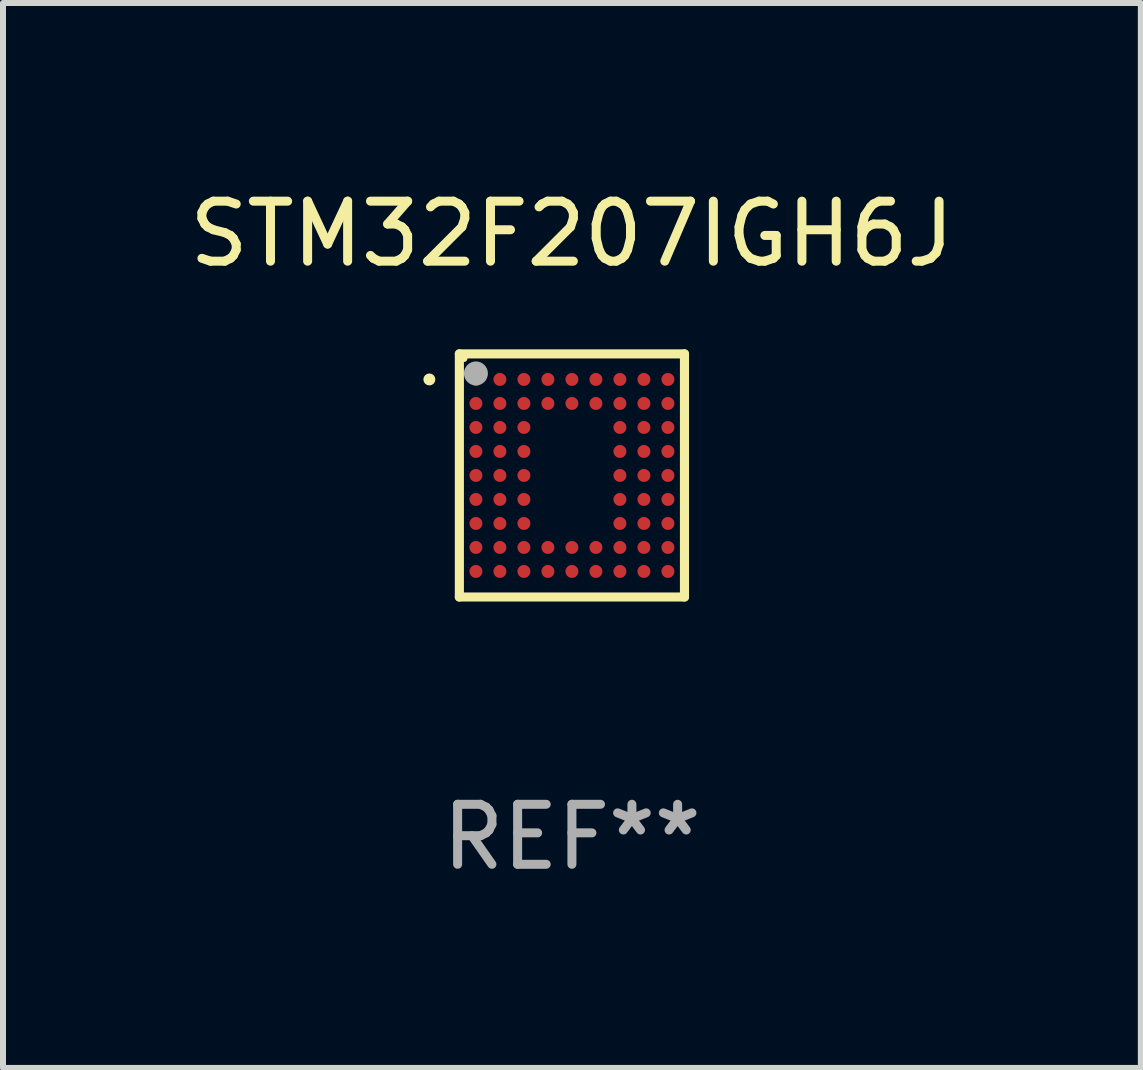
<source format=kicad_pcb>
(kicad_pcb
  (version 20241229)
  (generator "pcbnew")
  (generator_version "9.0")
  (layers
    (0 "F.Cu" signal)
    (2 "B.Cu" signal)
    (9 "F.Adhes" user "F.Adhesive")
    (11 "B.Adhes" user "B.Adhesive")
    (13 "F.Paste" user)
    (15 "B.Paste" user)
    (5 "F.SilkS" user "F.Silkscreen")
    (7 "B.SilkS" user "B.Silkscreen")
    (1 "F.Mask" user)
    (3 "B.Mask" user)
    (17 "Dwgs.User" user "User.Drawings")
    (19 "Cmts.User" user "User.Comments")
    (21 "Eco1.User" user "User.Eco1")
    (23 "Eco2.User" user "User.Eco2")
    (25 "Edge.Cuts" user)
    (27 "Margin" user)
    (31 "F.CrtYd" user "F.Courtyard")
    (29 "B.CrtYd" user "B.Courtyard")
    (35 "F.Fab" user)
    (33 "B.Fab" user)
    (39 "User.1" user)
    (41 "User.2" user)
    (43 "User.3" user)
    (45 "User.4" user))
  (footprint "STM32F207IGH6J"
    (layer "F.Cu")
    (at 6.482 4.874)
    (property "Reference" "STM32F207IGH6J" (at 0 -4.026 0) (layer "F.SilkS") (effects (font (size 1 1) (thickness 0.15))))
    (attr through_hole)
    (fp_line (start -1.876 -2.026) (end 1.876 -2.026) (stroke (width 0.152) (type solid)) (layer "F.SilkS"))
    (fp_line (start -1.876 2.026) (end -1.876 -2.026) (stroke (width 0.152) (type solid)) (layer "F.SilkS"))
    (fp_line (start 1.876 -2.026) (end 1.876 2.026) (stroke (width 0.152) (type solid)) (layer "F.SilkS"))
    (fp_line (start 1.876 2.026) (end -1.876 2.026) (stroke (width 0.152) (type solid)) (layer "F.SilkS"))
    (fp_circle (center -2.376 -1.6) (end -2.326 -1.6) (stroke (width 0.1) (type solid)) (fill no) (layer "F.SilkS"))
    (fp_circle (center -1.8 -1.95) (end -1.77 -1.95) (stroke (width 0.06) (type solid)) (fill no) (layer "F.SilkS"))
    (fp_circle (center -1.6 -1.7) (end -1.5 -1.7) (stroke (width 0.2) (type solid)) (fill no) (layer "F.Fab"))
    (fp_text user "REF**" (at 0 6.026 0) (layer "F.Fab") (effects (font (size 1 1) (thickness 0.15))))
    (pad "A1" smd circle (at -1.6 -1.6) (size 0.216 0.216) (layers "F.Cu" "F.Mask" "F.Paste"))
    (pad "A2" smd circle (at -1.2 -1.6) (size 0.216 0.216) (layers "F.Cu" "F.Mask" "F.Paste"))
    (pad "A3" smd circle (at -0.8 -1.6) (size 0.216 0.216) (layers "F.Cu" "F.Mask" "F.Paste"))
    (pad "A4" smd circle (at -0.4 -1.6) (size 0.216 0.216) (layers "F.Cu" "F.Mask" "F.Paste"))
    (pad "A5" smd circle (at 0 -1.6) (size 0.216 0.216) (layers "F.Cu" "F.Mask" "F.Paste"))
    (pad "A6" smd circle (at 0.4 -1.6) (size 0.216 0.216) (layers "F.Cu" "F.Mask" "F.Paste"))
    (pad "A7" smd circle (at 0.8 -1.6) (size 0.216 0.216) (layers "F.Cu" "F.Mask" "F.Paste"))
    (pad "A8" smd circle (at 1.2 -1.6) (size 0.216 0.216) (layers "F.Cu" "F.Mask" "F.Paste"))
    (pad "A9" smd circle (at 1.6 -1.6) (size 0.216 0.216) (layers "F.Cu" "F.Mask" "F.Paste"))
    (pad "B1" smd circle (at -1.6 -1.2) (size 0.216 0.216) (layers "F.Cu" "F.Mask" "F.Paste"))
    (pad "B2" smd circle (at -1.2 -1.2) (size 0.216 0.216) (layers "F.Cu" "F.Mask" "F.Paste"))
    (pad "B3" smd circle (at -0.8 -1.2) (size 0.216 0.216) (layers "F.Cu" "F.Mask" "F.Paste"))
    (pad "B4" smd circle (at -0.4 -1.2) (size 0.216 0.216) (layers "F.Cu" "F.Mask" "F.Paste"))
    (pad "B5" smd circle (at 0 -1.2) (size 0.216 0.216) (layers "F.Cu" "F.Mask" "F.Paste"))
    (pad "B6" smd circle (at 0.4 -1.2) (size 0.216 0.216) (layers "F.Cu" "F.Mask" "F.Paste"))
    (pad "B7" smd circle (at 0.8 -1.2) (size 0.216 0.216) (layers "F.Cu" "F.Mask" "F.Paste"))
    (pad "B8" smd circle (at 1.2 -1.2) (size 0.216 0.216) (layers "F.Cu" "F.Mask" "F.Paste"))
    (pad "B9" smd circle (at 1.6 -1.2) (size 0.216 0.216) (layers "F.Cu" "F.Mask" "F.Paste"))
    (pad "C1" smd circle (at -1.6 -0.8) (size 0.216 0.216) (layers "F.Cu" "F.Mask" "F.Paste"))
    (pad "C2" smd circle (at -1.2 -0.8) (size 0.216 0.216) (layers "F.Cu" "F.Mask" "F.Paste"))
    (pad "C3" smd circle (at -0.8 -0.8) (size 0.216 0.216) (layers "F.Cu" "F.Mask" "F.Paste"))
    (pad "C7" smd circle (at 0.8 -0.8) (size 0.216 0.216) (layers "F.Cu" "F.Mask" "F.Paste"))
    (pad "C8" smd circle (at 1.2 -0.8) (size 0.216 0.216) (layers "F.Cu" "F.Mask" "F.Paste"))
    (pad "C9" smd circle (at 1.6 -0.8) (size 0.216 0.216) (layers "F.Cu" "F.Mask" "F.Paste"))
    (pad "D1" smd circle (at -1.6 -0.4) (size 0.216 0.216) (layers "F.Cu" "F.Mask" "F.Paste"))
    (pad "D2" smd circle (at -1.2 -0.4) (size 0.216 0.216) (layers "F.Cu" "F.Mask" "F.Paste"))
    (pad "D3" smd circle (at -0.8 -0.4) (size 0.216 0.216) (layers "F.Cu" "F.Mask" "F.Paste"))
    (pad "D7" smd circle (at 0.8 -0.4) (size 0.216 0.216) (layers "F.Cu" "F.Mask" "F.Paste"))
    (pad "D8" smd circle (at 1.2 -0.4) (size 0.216 0.216) (layers "F.Cu" "F.Mask" "F.Paste"))
    (pad "D9" smd circle (at 1.6 -0.4) (size 0.216 0.216) (layers "F.Cu" "F.Mask" "F.Paste"))
    (pad "E1" smd circle (at -1.6 -0.000013) (size 0.216 0.216) (layers "F.Cu" "F.Mask" "F.Paste"))
    (pad "E2" smd circle (at -1.2 -0.000013) (size 0.216 0.216) (layers "F.Cu" "F.Mask" "F.Paste"))
    (pad "E3" smd circle (at -0.8 -0.000013) (size 0.216 0.216) (layers "F.Cu" "F.Mask" "F.Paste"))
    (pad "E7" smd circle (at 0.8 -0.000013) (size 0.216 0.216) (layers "F.Cu" "F.Mask" "F.Paste"))
    (pad "E8" smd circle (at 1.2 -0.000013) (size 0.216 0.216) (layers "F.Cu" "F.Mask" "F.Paste"))
    (pad "E9" smd circle (at 1.6 -0.000013) (size 0.216 0.216) (layers "F.Cu" "F.Mask" "F.Paste"))
    (pad "F1" smd circle (at -1.6 0.4) (size 0.216 0.216) (layers "F.Cu" "F.Mask" "F.Paste"))
    (pad "F2" smd circle (at -1.2 0.4) (size 0.216 0.216) (layers "F.Cu" "F.Mask" "F.Paste"))
    (pad "F3" smd circle (at -0.8 0.4) (size 0.216 0.216) (layers "F.Cu" "F.Mask" "F.Paste"))
    (pad "F7" smd circle (at 0.8 0.4) (size 0.216 0.216) (layers "F.Cu" "F.Mask" "F.Paste"))
    (pad "F8" smd circle (at 1.2 0.4) (size 0.216 0.216) (layers "F.Cu" "F.Mask" "F.Paste"))
    (pad "F9" smd circle (at 1.6 0.4) (size 0.216 0.216) (layers "F.Cu" "F.Mask" "F.Paste"))
    (pad "G1" smd circle (at -1.6 0.8) (size 0.216 0.216) (layers "F.Cu" "F.Mask" "F.Paste"))
    (pad "G2" smd circle (at -1.2 0.8) (size 0.216 0.216) (layers "F.Cu" "F.Mask" "F.Paste"))
    (pad "G3" smd circle (at -0.8 0.8) (size 0.216 0.216) (layers "F.Cu" "F.Mask" "F.Paste"))
    (pad "G7" smd circle (at 0.8 0.8) (size 0.216 0.216) (layers "F.Cu" "F.Mask" "F.Paste"))
    (pad "G8" smd circle (at 1.2 0.8) (size 0.216 0.216) (layers "F.Cu" "F.Mask" "F.Paste"))
    (pad "G9" smd circle (at 1.6 0.8) (size 0.216 0.216) (layers "F.Cu" "F.Mask" "F.Paste"))
    (pad "H1" smd circle (at -1.6 1.2) (size 0.216 0.216) (layers "F.Cu" "F.Mask" "F.Paste"))
    (pad "H2" smd circle (at -1.2 1.2) (size 0.216 0.216) (layers "F.Cu" "F.Mask" "F.Paste"))
    (pad "H3" smd circle (at -0.8 1.2) (size 0.216 0.216) (layers "F.Cu" "F.Mask" "F.Paste"))
    (pad "H4" smd circle (at -0.4 1.2) (size 0.216 0.216) (layers "F.Cu" "F.Mask" "F.Paste"))
    (pad "H5" smd circle (at 0 1.2) (size 0.216 0.216) (layers "F.Cu" "F.Mask" "F.Paste"))
    (pad "H6" smd circle (at 0.4 1.2) (size 0.216 0.216) (layers "F.Cu" "F.Mask" "F.Paste"))
    (pad "H7" smd circle (at 0.8 1.2) (size 0.216 0.216) (layers "F.Cu" "F.Mask" "F.Paste"))
    (pad "H8" smd circle (at 1.2 1.2) (size 0.216 0.216) (layers "F.Cu" "F.Mask" "F.Paste"))
    (pad "H9" smd circle (at 1.6 1.2) (size 0.216 0.216) (layers "F.Cu" "F.Mask" "F.Paste"))
    (pad "J1" smd circle (at -1.6 1.6) (size 0.216 0.216) (layers "F.Cu" "F.Mask" "F.Paste"))
    (pad "J2" smd circle (at -1.2 1.6) (size 0.216 0.216) (layers "F.Cu" "F.Mask" "F.Paste"))
    (pad "J3" smd circle (at -0.8 1.6) (size 0.216 0.216) (layers "F.Cu" "F.Mask" "F.Paste"))
    (pad "J4" smd circle (at -0.4 1.6) (size 0.216 0.216) (layers "F.Cu" "F.Mask" "F.Paste"))
    (pad "J5" smd circle (at 0 1.6) (size 0.216 0.216) (layers "F.Cu" "F.Mask" "F.Paste"))
    (pad "J6" smd circle (at 0.4 1.6) (size 0.216 0.216) (layers "F.Cu" "F.Mask" "F.Paste"))
    (pad "J7" smd circle (at 0.8 1.6) (size 0.216 0.216) (layers "F.Cu" "F.Mask" "F.Paste"))
    (pad "J8" smd circle (at 1.2 1.6) (size 0.216 0.216) (layers "F.Cu" "F.Mask" "F.Paste"))
    (pad "J9" smd circle (at 1.6 1.6) (size 0.216 0.216) (layers "F.Cu" "F.Mask" "F.Paste")))
  (gr_rect
    (start -3 -3)
    (end 15.964 14.749)
    (stroke (width 0.1) (type default))
    (fill no)
    (layer "Edge.Cuts")))
</source>
